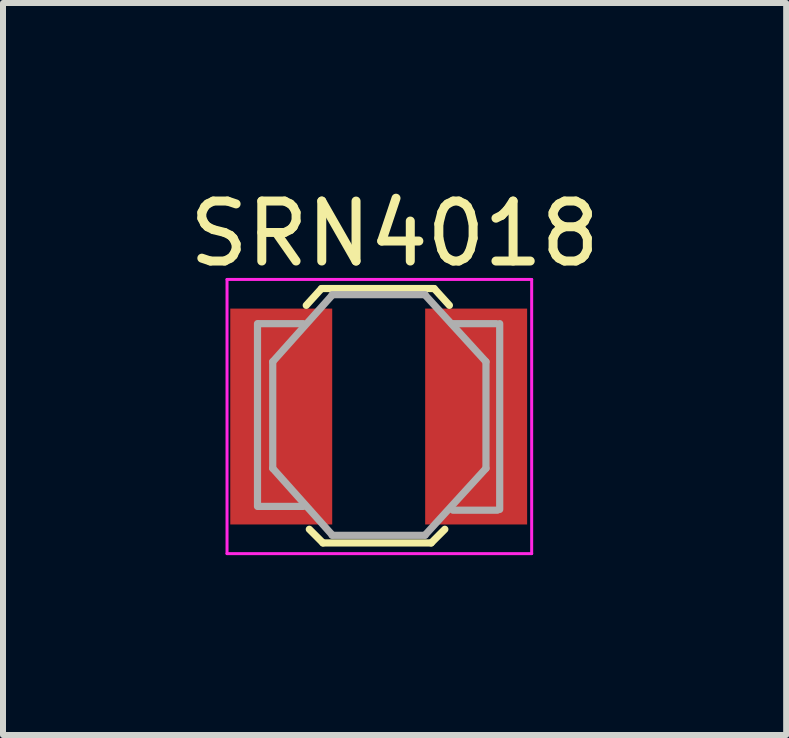
<source format=kicad_pcb>
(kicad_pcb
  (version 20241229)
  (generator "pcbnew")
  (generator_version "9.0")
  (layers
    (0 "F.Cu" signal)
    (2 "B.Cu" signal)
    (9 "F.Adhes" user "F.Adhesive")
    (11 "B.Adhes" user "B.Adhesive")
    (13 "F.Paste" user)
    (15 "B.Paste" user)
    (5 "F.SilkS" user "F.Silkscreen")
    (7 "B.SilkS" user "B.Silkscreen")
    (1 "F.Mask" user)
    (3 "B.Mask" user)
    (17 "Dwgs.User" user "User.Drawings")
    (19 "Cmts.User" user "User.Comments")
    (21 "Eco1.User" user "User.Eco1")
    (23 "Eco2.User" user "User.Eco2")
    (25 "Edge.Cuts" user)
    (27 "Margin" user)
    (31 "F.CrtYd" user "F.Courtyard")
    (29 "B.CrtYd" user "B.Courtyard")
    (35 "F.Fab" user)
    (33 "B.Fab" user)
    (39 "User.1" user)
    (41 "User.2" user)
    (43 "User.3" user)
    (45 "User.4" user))
  (footprint "SRN4018"
    (layer "F.Cu")
    (at 0.99 3.896)
    (property "Reference" "SRN4018" (at 2.54 -3.048 0) (layer "F.SilkS") (effects (font (size 1 1) (thickness 0.15))))
    (attr through_hole)
    (fp_line (start 1.067 -1.854) (end 1.321 -2.134) (stroke (width 0.12) (type solid)) (layer "F.SilkS"))
    (fp_line (start 1.118 1.88) (end 1.346 2.108) (stroke (width 0.12) (type solid)) (layer "F.SilkS"))
    (fp_line (start 1.321 -2.134) (end 3.2 -2.134) (stroke (width 0.12) (type solid)) (layer "F.SilkS"))
    (fp_line (start 1.346 2.108) (end 3.15 2.108) (stroke (width 0.12) (type solid)) (layer "F.SilkS"))
    (fp_line (start 3.15 2.108) (end 3.378 1.88) (stroke (width 0.12) (type solid)) (layer "F.SilkS"))
    (fp_line (start 3.2 -2.134) (end 3.454 -1.854) (stroke (width 0.12) (type solid)) (layer "F.SilkS"))
    (fp_line (start -0.254 -2.286) (end 4.826 -2.286) (stroke (width 0.05) (type solid)) (layer "F.CrtYd"))
    (fp_line (start -0.254 2.286) (end -0.254 -2.286) (stroke (width 0.05) (type solid)) (layer "F.CrtYd"))
    (fp_line (start 4.826 -2.286) (end 4.826 2.286) (stroke (width 0.05) (type solid)) (layer "F.CrtYd"))
    (fp_line (start 4.826 2.286) (end -0.254 2.286) (stroke (width 0.05) (type solid)) (layer "F.CrtYd"))
    (fp_line (start 0.254 -1.549) (end 0.254 1.499) (stroke (width 0.12) (type solid)) (layer "F.Fab"))
    (fp_line (start 0.275 -1.549) (end 1.016 -1.549) (stroke (width 0.12) (type solid)) (layer "F.Fab"))
    (fp_line (start 0.275 1.499) (end 1.016 1.499) (stroke (width 0.12) (type solid)) (layer "F.Fab"))
    (fp_line (start 0.508 -0.914) (end 0.508 0.864) (stroke (width 0.12) (type solid)) (layer "F.Fab"))
    (fp_line (start 0.508 0.864) (end 1.5 1.975) (stroke (width 0.12) (type solid)) (layer "F.Fab"))
    (fp_line (start 1.499 -2.032) (end 3.048 -2.032) (stroke (width 0.12) (type solid)) (layer "F.Fab"))
    (fp_line (start 1.499 1.981) (end 3.048 1.981) (stroke (width 0.12) (type solid)) (layer "F.Fab"))
    (fp_line (start 1.5 -2.025) (end 0.508 -0.914) (stroke (width 0.12) (type solid)) (layer "F.Fab"))
    (fp_line (start 3.05 -2.025) (end 4.064 -0.914) (stroke (width 0.12) (type solid)) (layer "F.Fab"))
    (fp_line (start 3.493 -1.549) (end 4.234 -1.549) (stroke (width 0.12) (type solid)) (layer "F.Fab"))
    (fp_line (start 3.514 1.562) (end 4.255 1.562) (stroke (width 0.12) (type solid)) (layer "F.Fab"))
    (fp_line (start 4.064 -0.914) (end 4.064 0.864) (stroke (width 0.12) (type solid)) (layer "F.Fab"))
    (fp_line (start 4.064 0.864) (end 3.05 1.975) (stroke (width 0.12) (type solid)) (layer "F.Fab"))
    (fp_line (start 4.293 1.549) (end 4.293 -1.549) (stroke (width 0.12) (type solid)) (layer "F.Fab"))
    (pad "1" smd rect (at 0.65 0) (size 1.7 3.6) (layers "F.Cu" "F.Mask" "F.Paste"))
    (pad "2" smd rect (at 3.9 0) (size 1.7 3.6) (layers "F.Cu" "F.Mask" "F.Paste")))
  (gr_rect
    (start -3 -3)
    (end 10.06 9.207)
    (stroke (width 0.1) (type default))
    (fill no)
    (layer "Edge.Cuts")))
</source>
